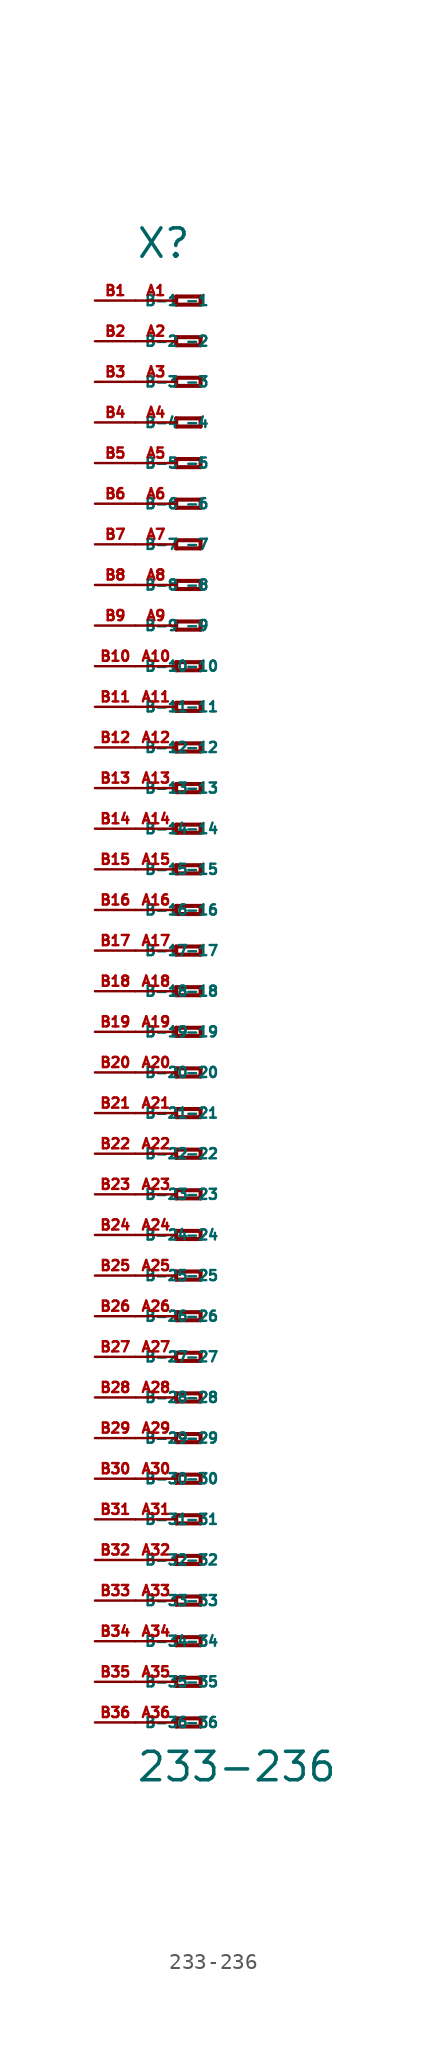
<source format=kicad_sym>
(kicad_symbol_lib
  (version 20220914)
  (generator Eagle2Kicad)
  (symbol "233-236"
    (property "Reference" "X"
      (at -5.08 45.72 0)
      (effects (font (size 1.778 1.778) (thickness 0.22)) (justify left bottom)))
    (property "Value" "233-236"
      (at -5.08 -49.53 0)
      (effects (font (size 1.778 1.778) (thickness 0.22)) (justify left bottom)))
    (polyline
      (pts (xy -2.54 43.434) (xy -2.54 42.926))
      (stroke (width 0.254) (type default))
      (fill (type none)))
    (polyline
      (pts (xy -2.54 42.926) (xy -1.016 42.926))
      (stroke (width 0.254) (type default))
      (fill (type none)))
    (polyline
      (pts (xy -1.016 42.926) (xy -1.016 43.434))
      (stroke (width 0.254) (type default))
      (fill (type none)))
    (polyline
      (pts (xy -1.016 43.434) (xy -2.54 43.434))
      (stroke (width 0.254) (type default))
      (fill (type none)))
    (polyline
      (pts (xy -2.54 40.894) (xy -2.54 40.386))
      (stroke (width 0.254) (type default))
      (fill (type none)))
    (polyline
      (pts (xy -2.54 40.386) (xy -1.016 40.386))
      (stroke (width 0.254) (type default))
      (fill (type none)))
    (polyline
      (pts (xy -1.016 40.386) (xy -1.016 40.894))
      (stroke (width 0.254) (type default))
      (fill (type none)))
    (polyline
      (pts (xy -1.016 40.894) (xy -2.54 40.894))
      (stroke (width 0.254) (type default))
      (fill (type none)))
    (polyline
      (pts (xy -2.54 38.354) (xy -2.54 37.846))
      (stroke (width 0.254) (type default))
      (fill (type none)))
    (polyline
      (pts (xy -2.54 37.846) (xy -1.016 37.846))
      (stroke (width 0.254) (type default))
      (fill (type none)))
    (polyline
      (pts (xy -1.016 37.846) (xy -1.016 38.354))
      (stroke (width 0.254) (type default))
      (fill (type none)))
    (polyline
      (pts (xy -1.016 38.354) (xy -2.54 38.354))
      (stroke (width 0.254) (type default))
      (fill (type none)))
    (polyline
      (pts (xy -2.54 35.814) (xy -2.54 35.306))
      (stroke (width 0.254) (type default))
      (fill (type none)))
    (polyline
      (pts (xy -2.54 35.306) (xy -1.016 35.306))
      (stroke (width 0.254) (type default))
      (fill (type none)))
    (polyline
      (pts (xy -1.016 35.306) (xy -1.016 35.814))
      (stroke (width 0.254) (type default))
      (fill (type none)))
    (polyline
      (pts (xy -1.016 35.814) (xy -2.54 35.814))
      (stroke (width 0.254) (type default))
      (fill (type none)))
    (polyline
      (pts (xy -2.54 33.274) (xy -2.54 32.766))
      (stroke (width 0.254) (type default))
      (fill (type none)))
    (polyline
      (pts (xy -2.54 32.766) (xy -1.016 32.766))
      (stroke (width 0.254) (type default))
      (fill (type none)))
    (polyline
      (pts (xy -1.016 32.766) (xy -1.016 33.274))
      (stroke (width 0.254) (type default))
      (fill (type none)))
    (polyline
      (pts (xy -1.016 33.274) (xy -2.54 33.274))
      (stroke (width 0.254) (type default))
      (fill (type none)))
    (polyline
      (pts (xy -2.54 30.734) (xy -2.54 30.226))
      (stroke (width 0.254) (type default))
      (fill (type none)))
    (polyline
      (pts (xy -2.54 30.226) (xy -1.016 30.226))
      (stroke (width 0.254) (type default))
      (fill (type none)))
    (polyline
      (pts (xy -1.016 30.226) (xy -1.016 30.734))
      (stroke (width 0.254) (type default))
      (fill (type none)))
    (polyline
      (pts (xy -1.016 30.734) (xy -2.54 30.734))
      (stroke (width 0.254) (type default))
      (fill (type none)))
    (polyline
      (pts (xy -2.54 28.194) (xy -2.54 27.686))
      (stroke (width 0.254) (type default))
      (fill (type none)))
    (polyline
      (pts (xy -2.54 27.686) (xy -1.016 27.686))
      (stroke (width 0.254) (type default))
      (fill (type none)))
    (polyline
      (pts (xy -1.016 27.686) (xy -1.016 28.194))
      (stroke (width 0.254) (type default))
      (fill (type none)))
    (polyline
      (pts (xy -1.016 28.194) (xy -2.54 28.194))
      (stroke (width 0.254) (type default))
      (fill (type none)))
    (polyline
      (pts (xy -2.54 25.654) (xy -2.54 25.146))
      (stroke (width 0.254) (type default))
      (fill (type none)))
    (polyline
      (pts (xy -2.54 25.146) (xy -1.016 25.146))
      (stroke (width 0.254) (type default))
      (fill (type none)))
    (polyline
      (pts (xy -1.016 25.146) (xy -1.016 25.654))
      (stroke (width 0.254) (type default))
      (fill (type none)))
    (polyline
      (pts (xy -1.016 25.654) (xy -2.54 25.654))
      (stroke (width 0.254) (type default))
      (fill (type none)))
    (polyline
      (pts (xy -2.54 23.114) (xy -2.54 22.606))
      (stroke (width 0.254) (type default))
      (fill (type none)))
    (polyline
      (pts (xy -2.54 22.606) (xy -1.016 22.606))
      (stroke (width 0.254) (type default))
      (fill (type none)))
    (polyline
      (pts (xy -1.016 22.606) (xy -1.016 23.114))
      (stroke (width 0.254) (type default))
      (fill (type none)))
    (polyline
      (pts (xy -1.016 23.114) (xy -2.54 23.114))
      (stroke (width 0.254) (type default))
      (fill (type none)))
    (polyline
      (pts (xy -2.54 20.574) (xy -2.54 20.066))
      (stroke (width 0.254) (type default))
      (fill (type none)))
    (polyline
      (pts (xy -2.54 20.066) (xy -1.016 20.066))
      (stroke (width 0.254) (type default))
      (fill (type none)))
    (polyline
      (pts (xy -1.016 20.066) (xy -1.016 20.574))
      (stroke (width 0.254) (type default))
      (fill (type none)))
    (polyline
      (pts (xy -1.016 20.574) (xy -2.54 20.574))
      (stroke (width 0.254) (type default))
      (fill (type none)))
    (polyline
      (pts (xy -2.54 18.034) (xy -2.54 17.526))
      (stroke (width 0.254) (type default))
      (fill (type none)))
    (polyline
      (pts (xy -2.54 17.526) (xy -1.016 17.526))
      (stroke (width 0.254) (type default))
      (fill (type none)))
    (polyline
      (pts (xy -1.016 17.526) (xy -1.016 18.034))
      (stroke (width 0.254) (type default))
      (fill (type none)))
    (polyline
      (pts (xy -1.016 18.034) (xy -2.54 18.034))
      (stroke (width 0.254) (type default))
      (fill (type none)))
    (polyline
      (pts (xy -2.54 15.494) (xy -2.54 14.986))
      (stroke (width 0.254) (type default))
      (fill (type none)))
    (polyline
      (pts (xy -2.54 14.986) (xy -1.016 14.986))
      (stroke (width 0.254) (type default))
      (fill (type none)))
    (polyline
      (pts (xy -1.016 14.986) (xy -1.016 15.494))
      (stroke (width 0.254) (type default))
      (fill (type none)))
    (polyline
      (pts (xy -1.016 15.494) (xy -2.54 15.494))
      (stroke (width 0.254) (type default))
      (fill (type none)))
    (polyline
      (pts (xy -2.54 12.954) (xy -2.54 12.446))
      (stroke (width 0.254) (type default))
      (fill (type none)))
    (polyline
      (pts (xy -2.54 12.446) (xy -1.016 12.446))
      (stroke (width 0.254) (type default))
      (fill (type none)))
    (polyline
      (pts (xy -1.016 12.446) (xy -1.016 12.954))
      (stroke (width 0.254) (type default))
      (fill (type none)))
    (polyline
      (pts (xy -1.016 12.954) (xy -2.54 12.954))
      (stroke (width 0.254) (type default))
      (fill (type none)))
    (polyline
      (pts (xy -2.54 10.414) (xy -2.54 9.906))
      (stroke (width 0.254) (type default))
      (fill (type none)))
    (polyline
      (pts (xy -2.54 9.906) (xy -1.016 9.906))
      (stroke (width 0.254) (type default))
      (fill (type none)))
    (polyline
      (pts (xy -1.016 9.906) (xy -1.016 10.414))
      (stroke (width 0.254) (type default))
      (fill (type none)))
    (polyline
      (pts (xy -1.016 10.414) (xy -2.54 10.414))
      (stroke (width 0.254) (type default))
      (fill (type none)))
    (polyline
      (pts (xy -2.54 7.874) (xy -2.54 7.366))
      (stroke (width 0.254) (type default))
      (fill (type none)))
    (polyline
      (pts (xy -2.54 7.366) (xy -1.016 7.366))
      (stroke (width 0.254) (type default))
      (fill (type none)))
    (polyline
      (pts (xy -1.016 7.366) (xy -1.016 7.874))
      (stroke (width 0.254) (type default))
      (fill (type none)))
    (polyline
      (pts (xy -1.016 7.874) (xy -2.54 7.874))
      (stroke (width 0.254) (type default))
      (fill (type none)))
    (polyline
      (pts (xy -2.54 5.334) (xy -2.54 4.826))
      (stroke (width 0.254) (type default))
      (fill (type none)))
    (polyline
      (pts (xy -2.54 4.826) (xy -1.016 4.826))
      (stroke (width 0.254) (type default))
      (fill (type none)))
    (polyline
      (pts (xy -1.016 4.826) (xy -1.016 5.334))
      (stroke (width 0.254) (type default))
      (fill (type none)))
    (polyline
      (pts (xy -1.016 5.334) (xy -2.54 5.334))
      (stroke (width 0.254) (type default))
      (fill (type none)))
    (polyline
      (pts (xy -2.54 2.794) (xy -2.54 2.286))
      (stroke (width 0.254) (type default))
      (fill (type none)))
    (polyline
      (pts (xy -2.54 2.286) (xy -1.016 2.286))
      (stroke (width 0.254) (type default))
      (fill (type none)))
    (polyline
      (pts (xy -1.016 2.286) (xy -1.016 2.794))
      (stroke (width 0.254) (type default))
      (fill (type none)))
    (polyline
      (pts (xy -1.016 2.794) (xy -2.54 2.794))
      (stroke (width 0.254) (type default))
      (fill (type none)))
    (polyline
      (pts (xy -2.54 0.254) (xy -2.54 -0.254))
      (stroke (width 0.254) (type default))
      (fill (type none)))
    (polyline
      (pts (xy -2.54 -0.254) (xy -1.016 -0.254))
      (stroke (width 0.254) (type default))
      (fill (type none)))
    (polyline
      (pts (xy -1.016 -0.254) (xy -1.016 0.254))
      (stroke (width 0.254) (type default))
      (fill (type none)))
    (polyline
      (pts (xy -1.016 0.254) (xy -2.54 0.254))
      (stroke (width 0.254) (type default))
      (fill (type none)))
    (polyline
      (pts (xy -2.54 -2.286) (xy -2.54 -2.794))
      (stroke (width 0.254) (type default))
      (fill (type none)))
    (polyline
      (pts (xy -2.54 -2.794) (xy -1.016 -2.794))
      (stroke (width 0.254) (type default))
      (fill (type none)))
    (polyline
      (pts (xy -1.016 -2.794) (xy -1.016 -2.286))
      (stroke (width 0.254) (type default))
      (fill (type none)))
    (polyline
      (pts (xy -1.016 -2.286) (xy -2.54 -2.286))
      (stroke (width 0.254) (type default))
      (fill (type none)))
    (polyline
      (pts (xy -2.54 -4.826) (xy -2.54 -5.334))
      (stroke (width 0.254) (type default))
      (fill (type none)))
    (polyline
      (pts (xy -2.54 -5.334) (xy -1.016 -5.334))
      (stroke (width 0.254) (type default))
      (fill (type none)))
    (polyline
      (pts (xy -1.016 -5.334) (xy -1.016 -4.826))
      (stroke (width 0.254) (type default))
      (fill (type none)))
    (polyline
      (pts (xy -1.016 -4.826) (xy -2.54 -4.826))
      (stroke (width 0.254) (type default))
      (fill (type none)))
    (polyline
      (pts (xy -2.54 -7.366) (xy -2.54 -7.874))
      (stroke (width 0.254) (type default))
      (fill (type none)))
    (polyline
      (pts (xy -2.54 -7.874) (xy -1.016 -7.874))
      (stroke (width 0.254) (type default))
      (fill (type none)))
    (polyline
      (pts (xy -1.016 -7.874) (xy -1.016 -7.366))
      (stroke (width 0.254) (type default))
      (fill (type none)))
    (polyline
      (pts (xy -1.016 -7.366) (xy -2.54 -7.366))
      (stroke (width 0.254) (type default))
      (fill (type none)))
    (polyline
      (pts (xy -2.54 -9.906) (xy -2.54 -10.414))
      (stroke (width 0.254) (type default))
      (fill (type none)))
    (polyline
      (pts (xy -2.54 -10.414) (xy -1.016 -10.414))
      (stroke (width 0.254) (type default))
      (fill (type none)))
    (polyline
      (pts (xy -1.016 -10.414) (xy -1.016 -9.906))
      (stroke (width 0.254) (type default))
      (fill (type none)))
    (polyline
      (pts (xy -1.016 -9.906) (xy -2.54 -9.906))
      (stroke (width 0.254) (type default))
      (fill (type none)))
    (polyline
      (pts (xy -2.54 -12.446) (xy -2.54 -12.954))
      (stroke (width 0.254) (type default))
      (fill (type none)))
    (polyline
      (pts (xy -2.54 -12.954) (xy -1.016 -12.954))
      (stroke (width 0.254) (type default))
      (fill (type none)))
    (polyline
      (pts (xy -1.016 -12.954) (xy -1.016 -12.446))
      (stroke (width 0.254) (type default))
      (fill (type none)))
    (polyline
      (pts (xy -1.016 -12.446) (xy -2.54 -12.446))
      (stroke (width 0.254) (type default))
      (fill (type none)))
    (polyline
      (pts (xy -2.54 -14.986) (xy -2.54 -15.494))
      (stroke (width 0.254) (type default))
      (fill (type none)))
    (polyline
      (pts (xy -2.54 -15.494) (xy -1.016 -15.494))
      (stroke (width 0.254) (type default))
      (fill (type none)))
    (polyline
      (pts (xy -1.016 -15.494) (xy -1.016 -14.986))
      (stroke (width 0.254) (type default))
      (fill (type none)))
    (polyline
      (pts (xy -1.016 -14.986) (xy -2.54 -14.986))
      (stroke (width 0.254) (type default))
      (fill (type none)))
    (polyline
      (pts (xy -2.54 -17.526) (xy -2.54 -18.034))
      (stroke (width 0.254) (type default))
      (fill (type none)))
    (polyline
      (pts (xy -2.54 -18.034) (xy -1.016 -18.034))
      (stroke (width 0.254) (type default))
      (fill (type none)))
    (polyline
      (pts (xy -1.016 -18.034) (xy -1.016 -17.526))
      (stroke (width 0.254) (type default))
      (fill (type none)))
    (polyline
      (pts (xy -1.016 -17.526) (xy -2.54 -17.526))
      (stroke (width 0.254) (type default))
      (fill (type none)))
    (polyline
      (pts (xy -2.54 -20.066) (xy -2.54 -20.574))
      (stroke (width 0.254) (type default))
      (fill (type none)))
    (polyline
      (pts (xy -2.54 -20.574) (xy -1.016 -20.574))
      (stroke (width 0.254) (type default))
      (fill (type none)))
    (polyline
      (pts (xy -1.016 -20.574) (xy -1.016 -20.066))
      (stroke (width 0.254) (type default))
      (fill (type none)))
    (polyline
      (pts (xy -1.016 -20.066) (xy -2.54 -20.066))
      (stroke (width 0.254) (type default))
      (fill (type none)))
    (polyline
      (pts (xy -2.54 -22.606) (xy -2.54 -23.114))
      (stroke (width 0.254) (type default))
      (fill (type none)))
    (polyline
      (pts (xy -2.54 -23.114) (xy -1.016 -23.114))
      (stroke (width 0.254) (type default))
      (fill (type none)))
    (polyline
      (pts (xy -1.016 -23.114) (xy -1.016 -22.606))
      (stroke (width 0.254) (type default))
      (fill (type none)))
    (polyline
      (pts (xy -1.016 -22.606) (xy -2.54 -22.606))
      (stroke (width 0.254) (type default))
      (fill (type none)))
    (polyline
      (pts (xy -2.54 -25.146) (xy -2.54 -25.654))
      (stroke (width 0.254) (type default))
      (fill (type none)))
    (polyline
      (pts (xy -2.54 -25.654) (xy -1.016 -25.654))
      (stroke (width 0.254) (type default))
      (fill (type none)))
    (polyline
      (pts (xy -1.016 -25.654) (xy -1.016 -25.146))
      (stroke (width 0.254) (type default))
      (fill (type none)))
    (polyline
      (pts (xy -1.016 -25.146) (xy -2.54 -25.146))
      (stroke (width 0.254) (type default))
      (fill (type none)))
    (polyline
      (pts (xy -2.54 -27.686) (xy -2.54 -28.194))
      (stroke (width 0.254) (type default))
      (fill (type none)))
    (polyline
      (pts (xy -2.54 -28.194) (xy -1.016 -28.194))
      (stroke (width 0.254) (type default))
      (fill (type none)))
    (polyline
      (pts (xy -1.016 -28.194) (xy -1.016 -27.686))
      (stroke (width 0.254) (type default))
      (fill (type none)))
    (polyline
      (pts (xy -1.016 -27.686) (xy -2.54 -27.686))
      (stroke (width 0.254) (type default))
      (fill (type none)))
    (polyline
      (pts (xy -2.54 -30.226) (xy -2.54 -30.734))
      (stroke (width 0.254) (type default))
      (fill (type none)))
    (polyline
      (pts (xy -2.54 -30.734) (xy -1.016 -30.734))
      (stroke (width 0.254) (type default))
      (fill (type none)))
    (polyline
      (pts (xy -1.016 -30.734) (xy -1.016 -30.226))
      (stroke (width 0.254) (type default))
      (fill (type none)))
    (polyline
      (pts (xy -1.016 -30.226) (xy -2.54 -30.226))
      (stroke (width 0.254) (type default))
      (fill (type none)))
    (polyline
      (pts (xy -2.54 -32.766) (xy -2.54 -33.274))
      (stroke (width 0.254) (type default))
      (fill (type none)))
    (polyline
      (pts (xy -2.54 -33.274) (xy -1.016 -33.274))
      (stroke (width 0.254) (type default))
      (fill (type none)))
    (polyline
      (pts (xy -1.016 -33.274) (xy -1.016 -32.766))
      (stroke (width 0.254) (type default))
      (fill (type none)))
    (polyline
      (pts (xy -1.016 -32.766) (xy -2.54 -32.766))
      (stroke (width 0.254) (type default))
      (fill (type none)))
    (polyline
      (pts (xy -2.54 -35.306) (xy -2.54 -35.814))
      (stroke (width 0.254) (type default))
      (fill (type none)))
    (polyline
      (pts (xy -2.54 -35.814) (xy -1.016 -35.814))
      (stroke (width 0.254) (type default))
      (fill (type none)))
    (polyline
      (pts (xy -1.016 -35.814) (xy -1.016 -35.306))
      (stroke (width 0.254) (type default))
      (fill (type none)))
    (polyline
      (pts (xy -1.016 -35.306) (xy -2.54 -35.306))
      (stroke (width 0.254) (type default))
      (fill (type none)))
    (polyline
      (pts (xy -2.54 -37.846) (xy -2.54 -38.354))
      (stroke (width 0.254) (type default))
      (fill (type none)))
    (polyline
      (pts (xy -2.54 -38.354) (xy -1.016 -38.354))
      (stroke (width 0.254) (type default))
      (fill (type none)))
    (polyline
      (pts (xy -1.016 -38.354) (xy -1.016 -37.846))
      (stroke (width 0.254) (type default))
      (fill (type none)))
    (polyline
      (pts (xy -1.016 -37.846) (xy -2.54 -37.846))
      (stroke (width 0.254) (type default))
      (fill (type none)))
    (polyline
      (pts (xy -2.54 -40.386) (xy -2.54 -40.894))
      (stroke (width 0.254) (type default))
      (fill (type none)))
    (polyline
      (pts (xy -2.54 -40.894) (xy -1.016 -40.894))
      (stroke (width 0.254) (type default))
      (fill (type none)))
    (polyline
      (pts (xy -1.016 -40.894) (xy -1.016 -40.386))
      (stroke (width 0.254) (type default))
      (fill (type none)))
    (polyline
      (pts (xy -1.016 -40.386) (xy -2.54 -40.386))
      (stroke (width 0.254) (type default))
      (fill (type none)))
    (polyline
      (pts (xy -2.54 -42.926) (xy -2.54 -43.434))
      (stroke (width 0.254) (type default))
      (fill (type none)))
    (polyline
      (pts (xy -2.54 -43.434) (xy -1.016 -43.434))
      (stroke (width 0.254) (type default))
      (fill (type none)))
    (polyline
      (pts (xy -1.016 -43.434) (xy -1.016 -42.926))
      (stroke (width 0.254) (type default))
      (fill (type none)))
    (polyline
      (pts (xy -1.016 -42.926) (xy -2.54 -42.926))
      (stroke (width 0.254) (type default))
      (fill (type none)))
    (polyline
      (pts (xy -2.54 -45.466) (xy -2.54 -45.974))
      (stroke (width 0.254) (type default))
      (fill (type none)))
    (polyline
      (pts (xy -2.54 -45.974) (xy -1.016 -45.974))
      (stroke (width 0.254) (type default))
      (fill (type none)))
    (polyline
      (pts (xy -1.016 -45.974) (xy -1.016 -45.466))
      (stroke (width 0.254) (type default))
      (fill (type none)))
    (polyline
      (pts (xy -1.016 -45.466) (xy -2.54 -45.466))
      (stroke (width 0.254) (type default))
      (fill (type none)))
    (pin passive line
      (at -5.08 43.18 0)
      (length 2.54)
      (name "-1" (effects (font (size 0.635 0.635) (thickness 0.08)) (justify left bottom)))
      (number "A1" (effects (font (size 0.635 0.635) (thickness 0.08)) (justify left bottom))))
    (pin passive line
      (at -5.08 40.64 0)
      (length 2.54)
      (name "-2" (effects (font (size 0.635 0.635) (thickness 0.08)) (justify left bottom)))
      (number "A2" (effects (font (size 0.635 0.635) (thickness 0.08)) (justify left bottom))))
    (pin passive line
      (at -5.08 38.1 0)
      (length 2.54)
      (name "-3" (effects (font (size 0.635 0.635) (thickness 0.08)) (justify left bottom)))
      (number "A3" (effects (font (size 0.635 0.635) (thickness 0.08)) (justify left bottom))))
    (pin passive line
      (at -5.08 35.56 0)
      (length 2.54)
      (name "-4" (effects (font (size 0.635 0.635) (thickness 0.08)) (justify left bottom)))
      (number "A4" (effects (font (size 0.635 0.635) (thickness 0.08)) (justify left bottom))))
    (pin passive line
      (at -5.08 33.02 0)
      (length 2.54)
      (name "-5" (effects (font (size 0.635 0.635) (thickness 0.08)) (justify left bottom)))
      (number "A5" (effects (font (size 0.635 0.635) (thickness 0.08)) (justify left bottom))))
    (pin passive line
      (at -5.08 30.48 0)
      (length 2.54)
      (name "-6" (effects (font (size 0.635 0.635) (thickness 0.08)) (justify left bottom)))
      (number "A6" (effects (font (size 0.635 0.635) (thickness 0.08)) (justify left bottom))))
    (pin passive line
      (at -5.08 27.94 0)
      (length 2.54)
      (name "-7" (effects (font (size 0.635 0.635) (thickness 0.08)) (justify left bottom)))
      (number "A7" (effects (font (size 0.635 0.635) (thickness 0.08)) (justify left bottom))))
    (pin passive line
      (at -5.08 25.4 0)
      (length 2.54)
      (name "-8" (effects (font (size 0.635 0.635) (thickness 0.08)) (justify left bottom)))
      (number "A8" (effects (font (size 0.635 0.635) (thickness 0.08)) (justify left bottom))))
    (pin passive line
      (at -5.08 22.86 0)
      (length 2.54)
      (name "-9" (effects (font (size 0.635 0.635) (thickness 0.08)) (justify left bottom)))
      (number "A9" (effects (font (size 0.635 0.635) (thickness 0.08)) (justify left bottom))))
    (pin passive line
      (at -5.08 20.32 0)
      (length 2.54)
      (name "-10" (effects (font (size 0.635 0.635) (thickness 0.08)) (justify left bottom)))
      (number "A10" (effects (font (size 0.635 0.635) (thickness 0.08)) (justify left bottom))))
    (pin passive line
      (at -5.08 17.78 0)
      (length 2.54)
      (name "-11" (effects (font (size 0.635 0.635) (thickness 0.08)) (justify left bottom)))
      (number "A11" (effects (font (size 0.635 0.635) (thickness 0.08)) (justify left bottom))))
    (pin passive line
      (at -5.08 15.24 0)
      (length 2.54)
      (name "-12" (effects (font (size 0.635 0.635) (thickness 0.08)) (justify left bottom)))
      (number "A12" (effects (font (size 0.635 0.635) (thickness 0.08)) (justify left bottom))))
    (pin passive line
      (at -5.08 12.7 0)
      (length 2.54)
      (name "-13" (effects (font (size 0.635 0.635) (thickness 0.08)) (justify left bottom)))
      (number "A13" (effects (font (size 0.635 0.635) (thickness 0.08)) (justify left bottom))))
    (pin passive line
      (at -5.08 10.16 0)
      (length 2.54)
      (name "-14" (effects (font (size 0.635 0.635) (thickness 0.08)) (justify left bottom)))
      (number "A14" (effects (font (size 0.635 0.635) (thickness 0.08)) (justify left bottom))))
    (pin passive line
      (at -5.08 7.62 0)
      (length 2.54)
      (name "-15" (effects (font (size 0.635 0.635) (thickness 0.08)) (justify left bottom)))
      (number "A15" (effects (font (size 0.635 0.635) (thickness 0.08)) (justify left bottom))))
    (pin passive line
      (at -5.08 5.08 0)
      (length 2.54)
      (name "-16" (effects (font (size 0.635 0.635) (thickness 0.08)) (justify left bottom)))
      (number "A16" (effects (font (size 0.635 0.635) (thickness 0.08)) (justify left bottom))))
    (pin passive line
      (at -5.08 2.54 0)
      (length 2.54)
      (name "-17" (effects (font (size 0.635 0.635) (thickness 0.08)) (justify left bottom)))
      (number "A17" (effects (font (size 0.635 0.635) (thickness 0.08)) (justify left bottom))))
    (pin passive line
      (at -5.08 0 0)
      (length 2.54)
      (name "-18" (effects (font (size 0.635 0.635) (thickness 0.08)) (justify left bottom)))
      (number "A18" (effects (font (size 0.635 0.635) (thickness 0.08)) (justify left bottom))))
    (pin passive line
      (at -5.08 -2.54 0)
      (length 2.54)
      (name "-19" (effects (font (size 0.635 0.635) (thickness 0.08)) (justify left bottom)))
      (number "A19" (effects (font (size 0.635 0.635) (thickness 0.08)) (justify left bottom))))
    (pin passive line
      (at -5.08 -5.08 0)
      (length 2.54)
      (name "-20" (effects (font (size 0.635 0.635) (thickness 0.08)) (justify left bottom)))
      (number "A20" (effects (font (size 0.635 0.635) (thickness 0.08)) (justify left bottom))))
    (pin passive line
      (at -5.08 -7.62 0)
      (length 2.54)
      (name "-21" (effects (font (size 0.635 0.635) (thickness 0.08)) (justify left bottom)))
      (number "A21" (effects (font (size 0.635 0.635) (thickness 0.08)) (justify left bottom))))
    (pin passive line
      (at -5.08 -10.16 0)
      (length 2.54)
      (name "-22" (effects (font (size 0.635 0.635) (thickness 0.08)) (justify left bottom)))
      (number "A22" (effects (font (size 0.635 0.635) (thickness 0.08)) (justify left bottom))))
    (pin passive line
      (at -5.08 -12.7 0)
      (length 2.54)
      (name "-23" (effects (font (size 0.635 0.635) (thickness 0.08)) (justify left bottom)))
      (number "A23" (effects (font (size 0.635 0.635) (thickness 0.08)) (justify left bottom))))
    (pin passive line
      (at -5.08 -15.24 0)
      (length 2.54)
      (name "-24" (effects (font (size 0.635 0.635) (thickness 0.08)) (justify left bottom)))
      (number "A24" (effects (font (size 0.635 0.635) (thickness 0.08)) (justify left bottom))))
    (pin passive line
      (at -5.08 -17.78 0)
      (length 2.54)
      (name "-25" (effects (font (size 0.635 0.635) (thickness 0.08)) (justify left bottom)))
      (number "A25" (effects (font (size 0.635 0.635) (thickness 0.08)) (justify left bottom))))
    (pin passive line
      (at -5.08 -20.32 0)
      (length 2.54)
      (name "-26" (effects (font (size 0.635 0.635) (thickness 0.08)) (justify left bottom)))
      (number "A26" (effects (font (size 0.635 0.635) (thickness 0.08)) (justify left bottom))))
    (pin passive line
      (at -5.08 -22.86 0)
      (length 2.54)
      (name "-27" (effects (font (size 0.635 0.635) (thickness 0.08)) (justify left bottom)))
      (number "A27" (effects (font (size 0.635 0.635) (thickness 0.08)) (justify left bottom))))
    (pin passive line
      (at -5.08 -25.4 0)
      (length 2.54)
      (name "-28" (effects (font (size 0.635 0.635) (thickness 0.08)) (justify left bottom)))
      (number "A28" (effects (font (size 0.635 0.635) (thickness 0.08)) (justify left bottom))))
    (pin passive line
      (at -5.08 -27.94 0)
      (length 2.54)
      (name "-29" (effects (font (size 0.635 0.635) (thickness 0.08)) (justify left bottom)))
      (number "A29" (effects (font (size 0.635 0.635) (thickness 0.08)) (justify left bottom))))
    (pin passive line
      (at -5.08 -30.48 0)
      (length 2.54)
      (name "-30" (effects (font (size 0.635 0.635) (thickness 0.08)) (justify left bottom)))
      (number "A30" (effects (font (size 0.635 0.635) (thickness 0.08)) (justify left bottom))))
    (pin passive line
      (at -5.08 -33.02 0)
      (length 2.54)
      (name "-31" (effects (font (size 0.635 0.635) (thickness 0.08)) (justify left bottom)))
      (number "A31" (effects (font (size 0.635 0.635) (thickness 0.08)) (justify left bottom))))
    (pin passive line
      (at -5.08 -35.56 0)
      (length 2.54)
      (name "-32" (effects (font (size 0.635 0.635) (thickness 0.08)) (justify left bottom)))
      (number "A32" (effects (font (size 0.635 0.635) (thickness 0.08)) (justify left bottom))))
    (pin passive line
      (at -5.08 -38.1 0)
      (length 2.54)
      (name "-33" (effects (font (size 0.635 0.635) (thickness 0.08)) (justify left bottom)))
      (number "A33" (effects (font (size 0.635 0.635) (thickness 0.08)) (justify left bottom))))
    (pin passive line
      (at -5.08 -40.64 0)
      (length 2.54)
      (name "-34" (effects (font (size 0.635 0.635) (thickness 0.08)) (justify left bottom)))
      (number "A34" (effects (font (size 0.635 0.635) (thickness 0.08)) (justify left bottom))))
    (pin passive line
      (at -5.08 -43.18 0)
      (length 2.54)
      (name "-35" (effects (font (size 0.635 0.635) (thickness 0.08)) (justify left bottom)))
      (number "A35" (effects (font (size 0.635 0.635) (thickness 0.08)) (justify left bottom))))
    (pin passive line
      (at -5.08 -45.72 0)
      (length 2.54)
      (name "-36" (effects (font (size 0.635 0.635) (thickness 0.08)) (justify left bottom)))
      (number "A36" (effects (font (size 0.635 0.635) (thickness 0.08)) (justify left bottom))))
    (pin passive line
      (at -7.62 -45.72 0)
      (length 2.54)
      (name "B-36" (effects (font (size 0.635 0.635) (thickness 0.08)) (justify left bottom)))
      (number "B36" (effects (font (size 0.635 0.635) (thickness 0.08)) (justify left bottom))))
    (pin passive line
      (at -7.62 43.18 0)
      (length 2.54)
      (name "B-1" (effects (font (size 0.635 0.635) (thickness 0.08)) (justify left bottom)))
      (number "B1" (effects (font (size 0.635 0.635) (thickness 0.08)) (justify left bottom))))
    (pin passive line
      (at -7.62 40.64 0)
      (length 2.54)
      (name "B-2" (effects (font (size 0.635 0.635) (thickness 0.08)) (justify left bottom)))
      (number "B2" (effects (font (size 0.635 0.635) (thickness 0.08)) (justify left bottom))))
    (pin passive line
      (at -7.62 38.1 0)
      (length 2.54)
      (name "B-3" (effects (font (size 0.635 0.635) (thickness 0.08)) (justify left bottom)))
      (number "B3" (effects (font (size 0.635 0.635) (thickness 0.08)) (justify left bottom))))
    (pin passive line
      (at -7.62 35.56 0)
      (length 2.54)
      (name "B-4" (effects (font (size 0.635 0.635) (thickness 0.08)) (justify left bottom)))
      (number "B4" (effects (font (size 0.635 0.635) (thickness 0.08)) (justify left bottom))))
    (pin passive line
      (at -7.62 33.02 0)
      (length 2.54)
      (name "B-5" (effects (font (size 0.635 0.635) (thickness 0.08)) (justify left bottom)))
      (number "B5" (effects (font (size 0.635 0.635) (thickness 0.08)) (justify left bottom))))
    (pin passive line
      (at -7.62 30.48 0)
      (length 2.54)
      (name "B-6" (effects (font (size 0.635 0.635) (thickness 0.08)) (justify left bottom)))
      (number "B6" (effects (font (size 0.635 0.635) (thickness 0.08)) (justify left bottom))))
    (pin passive line
      (at -7.62 27.94 0)
      (length 2.54)
      (name "B-7" (effects (font (size 0.635 0.635) (thickness 0.08)) (justify left bottom)))
      (number "B7" (effects (font (size 0.635 0.635) (thickness 0.08)) (justify left bottom))))
    (pin passive line
      (at -7.62 25.4 0)
      (length 2.54)
      (name "B-8" (effects (font (size 0.635 0.635) (thickness 0.08)) (justify left bottom)))
      (number "B8" (effects (font (size 0.635 0.635) (thickness 0.08)) (justify left bottom))))
    (pin passive line
      (at -7.62 22.86 0)
      (length 2.54)
      (name "B-9" (effects (font (size 0.635 0.635) (thickness 0.08)) (justify left bottom)))
      (number "B9" (effects (font (size 0.635 0.635) (thickness 0.08)) (justify left bottom))))
    (pin passive line
      (at -7.62 20.32 0)
      (length 2.54)
      (name "B-10" (effects (font (size 0.635 0.635) (thickness 0.08)) (justify left bottom)))
      (number "B10" (effects (font (size 0.635 0.635) (thickness 0.08)) (justify left bottom))))
    (pin passive line
      (at -7.62 17.78 0)
      (length 2.54)
      (name "B-11" (effects (font (size 0.635 0.635) (thickness 0.08)) (justify left bottom)))
      (number "B11" (effects (font (size 0.635 0.635) (thickness 0.08)) (justify left bottom))))
    (pin passive line
      (at -7.62 15.24 0)
      (length 2.54)
      (name "B-12" (effects (font (size 0.635 0.635) (thickness 0.08)) (justify left bottom)))
      (number "B12" (effects (font (size 0.635 0.635) (thickness 0.08)) (justify left bottom))))
    (pin passive line
      (at -7.62 12.7 0)
      (length 2.54)
      (name "B-13" (effects (font (size 0.635 0.635) (thickness 0.08)) (justify left bottom)))
      (number "B13" (effects (font (size 0.635 0.635) (thickness 0.08)) (justify left bottom))))
    (pin passive line
      (at -7.62 10.16 0)
      (length 2.54)
      (name "B-14" (effects (font (size 0.635 0.635) (thickness 0.08)) (justify left bottom)))
      (number "B14" (effects (font (size 0.635 0.635) (thickness 0.08)) (justify left bottom))))
    (pin passive line
      (at -7.62 7.62 0)
      (length 2.54)
      (name "B-15" (effects (font (size 0.635 0.635) (thickness 0.08)) (justify left bottom)))
      (number "B15" (effects (font (size 0.635 0.635) (thickness 0.08)) (justify left bottom))))
    (pin passive line
      (at -7.62 5.08 0)
      (length 2.54)
      (name "B-16" (effects (font (size 0.635 0.635) (thickness 0.08)) (justify left bottom)))
      (number "B16" (effects (font (size 0.635 0.635) (thickness 0.08)) (justify left bottom))))
    (pin passive line
      (at -7.62 2.54 0)
      (length 2.54)
      (name "B-17" (effects (font (size 0.635 0.635) (thickness 0.08)) (justify left bottom)))
      (number "B17" (effects (font (size 0.635 0.635) (thickness 0.08)) (justify left bottom))))
    (pin passive line
      (at -7.62 0 0)
      (length 2.54)
      (name "B-18" (effects (font (size 0.635 0.635) (thickness 0.08)) (justify left bottom)))
      (number "B18" (effects (font (size 0.635 0.635) (thickness 0.08)) (justify left bottom))))
    (pin passive line
      (at -7.62 -2.54 0)
      (length 2.54)
      (name "B-19" (effects (font (size 0.635 0.635) (thickness 0.08)) (justify left bottom)))
      (number "B19" (effects (font (size 0.635 0.635) (thickness 0.08)) (justify left bottom))))
    (pin passive line
      (at -7.62 -5.08 0)
      (length 2.54)
      (name "B-20" (effects (font (size 0.635 0.635) (thickness 0.08)) (justify left bottom)))
      (number "B20" (effects (font (size 0.635 0.635) (thickness 0.08)) (justify left bottom))))
    (pin passive line
      (at -7.62 -7.62 0)
      (length 2.54)
      (name "B-21" (effects (font (size 0.635 0.635) (thickness 0.08)) (justify left bottom)))
      (number "B21" (effects (font (size 0.635 0.635) (thickness 0.08)) (justify left bottom))))
    (pin passive line
      (at -7.62 -10.16 0)
      (length 2.54)
      (name "B-22" (effects (font (size 0.635 0.635) (thickness 0.08)) (justify left bottom)))
      (number "B22" (effects (font (size 0.635 0.635) (thickness 0.08)) (justify left bottom))))
    (pin passive line
      (at -7.62 -12.7 0)
      (length 2.54)
      (name "B-23" (effects (font (size 0.635 0.635) (thickness 0.08)) (justify left bottom)))
      (number "B23" (effects (font (size 0.635 0.635) (thickness 0.08)) (justify left bottom))))
    (pin passive line
      (at -7.62 -15.24 0)
      (length 2.54)
      (name "B-24" (effects (font (size 0.635 0.635) (thickness 0.08)) (justify left bottom)))
      (number "B24" (effects (font (size 0.635 0.635) (thickness 0.08)) (justify left bottom))))
    (pin passive line
      (at -7.62 -17.78 0)
      (length 2.54)
      (name "B-25" (effects (font (size 0.635 0.635) (thickness 0.08)) (justify left bottom)))
      (number "B25" (effects (font (size 0.635 0.635) (thickness 0.08)) (justify left bottom))))
    (pin passive line
      (at -7.62 -20.32 0)
      (length 2.54)
      (name "B-26" (effects (font (size 0.635 0.635) (thickness 0.08)) (justify left bottom)))
      (number "B26" (effects (font (size 0.635 0.635) (thickness 0.08)) (justify left bottom))))
    (pin passive line
      (at -7.62 -22.86 0)
      (length 2.54)
      (name "B-27" (effects (font (size 0.635 0.635) (thickness 0.08)) (justify left bottom)))
      (number "B27" (effects (font (size 0.635 0.635) (thickness 0.08)) (justify left bottom))))
    (pin passive line
      (at -7.62 -25.4 0)
      (length 2.54)
      (name "B-28" (effects (font (size 0.635 0.635) (thickness 0.08)) (justify left bottom)))
      (number "B28" (effects (font (size 0.635 0.635) (thickness 0.08)) (justify left bottom))))
    (pin passive line
      (at -7.62 -27.94 0)
      (length 2.54)
      (name "B-29" (effects (font (size 0.635 0.635) (thickness 0.08)) (justify left bottom)))
      (number "B29" (effects (font (size 0.635 0.635) (thickness 0.08)) (justify left bottom))))
    (pin passive line
      (at -7.62 -30.48 0)
      (length 2.54)
      (name "B-30" (effects (font (size 0.635 0.635) (thickness 0.08)) (justify left bottom)))
      (number "B30" (effects (font (size 0.635 0.635) (thickness 0.08)) (justify left bottom))))
    (pin passive line
      (at -7.62 -33.02 0)
      (length 2.54)
      (name "B-31" (effects (font (size 0.635 0.635) (thickness 0.08)) (justify left bottom)))
      (number "B31" (effects (font (size 0.635 0.635) (thickness 0.08)) (justify left bottom))))
    (pin passive line
      (at -7.62 -35.56 0)
      (length 2.54)
      (name "B-32" (effects (font (size 0.635 0.635) (thickness 0.08)) (justify left bottom)))
      (number "B32" (effects (font (size 0.635 0.635) (thickness 0.08)) (justify left bottom))))
    (pin passive line
      (at -7.62 -38.1 0)
      (length 2.54)
      (name "B-33" (effects (font (size 0.635 0.635) (thickness 0.08)) (justify left bottom)))
      (number "B33" (effects (font (size 0.635 0.635) (thickness 0.08)) (justify left bottom))))
    (pin passive line
      (at -7.62 -40.64 0)
      (length 2.54)
      (name "B-34" (effects (font (size 0.635 0.635) (thickness 0.08)) (justify left bottom)))
      (number "B34" (effects (font (size 0.635 0.635) (thickness 0.08)) (justify left bottom))))
    (pin passive line
      (at -7.62 -43.18 0)
      (length 2.54)
      (name "B-35" (effects (font (size 0.635 0.635) (thickness 0.08)) (justify left bottom)))
      (number "B35" (effects (font (size 0.635 0.635) (thickness 0.08)) (justify left bottom))))))
</source>
